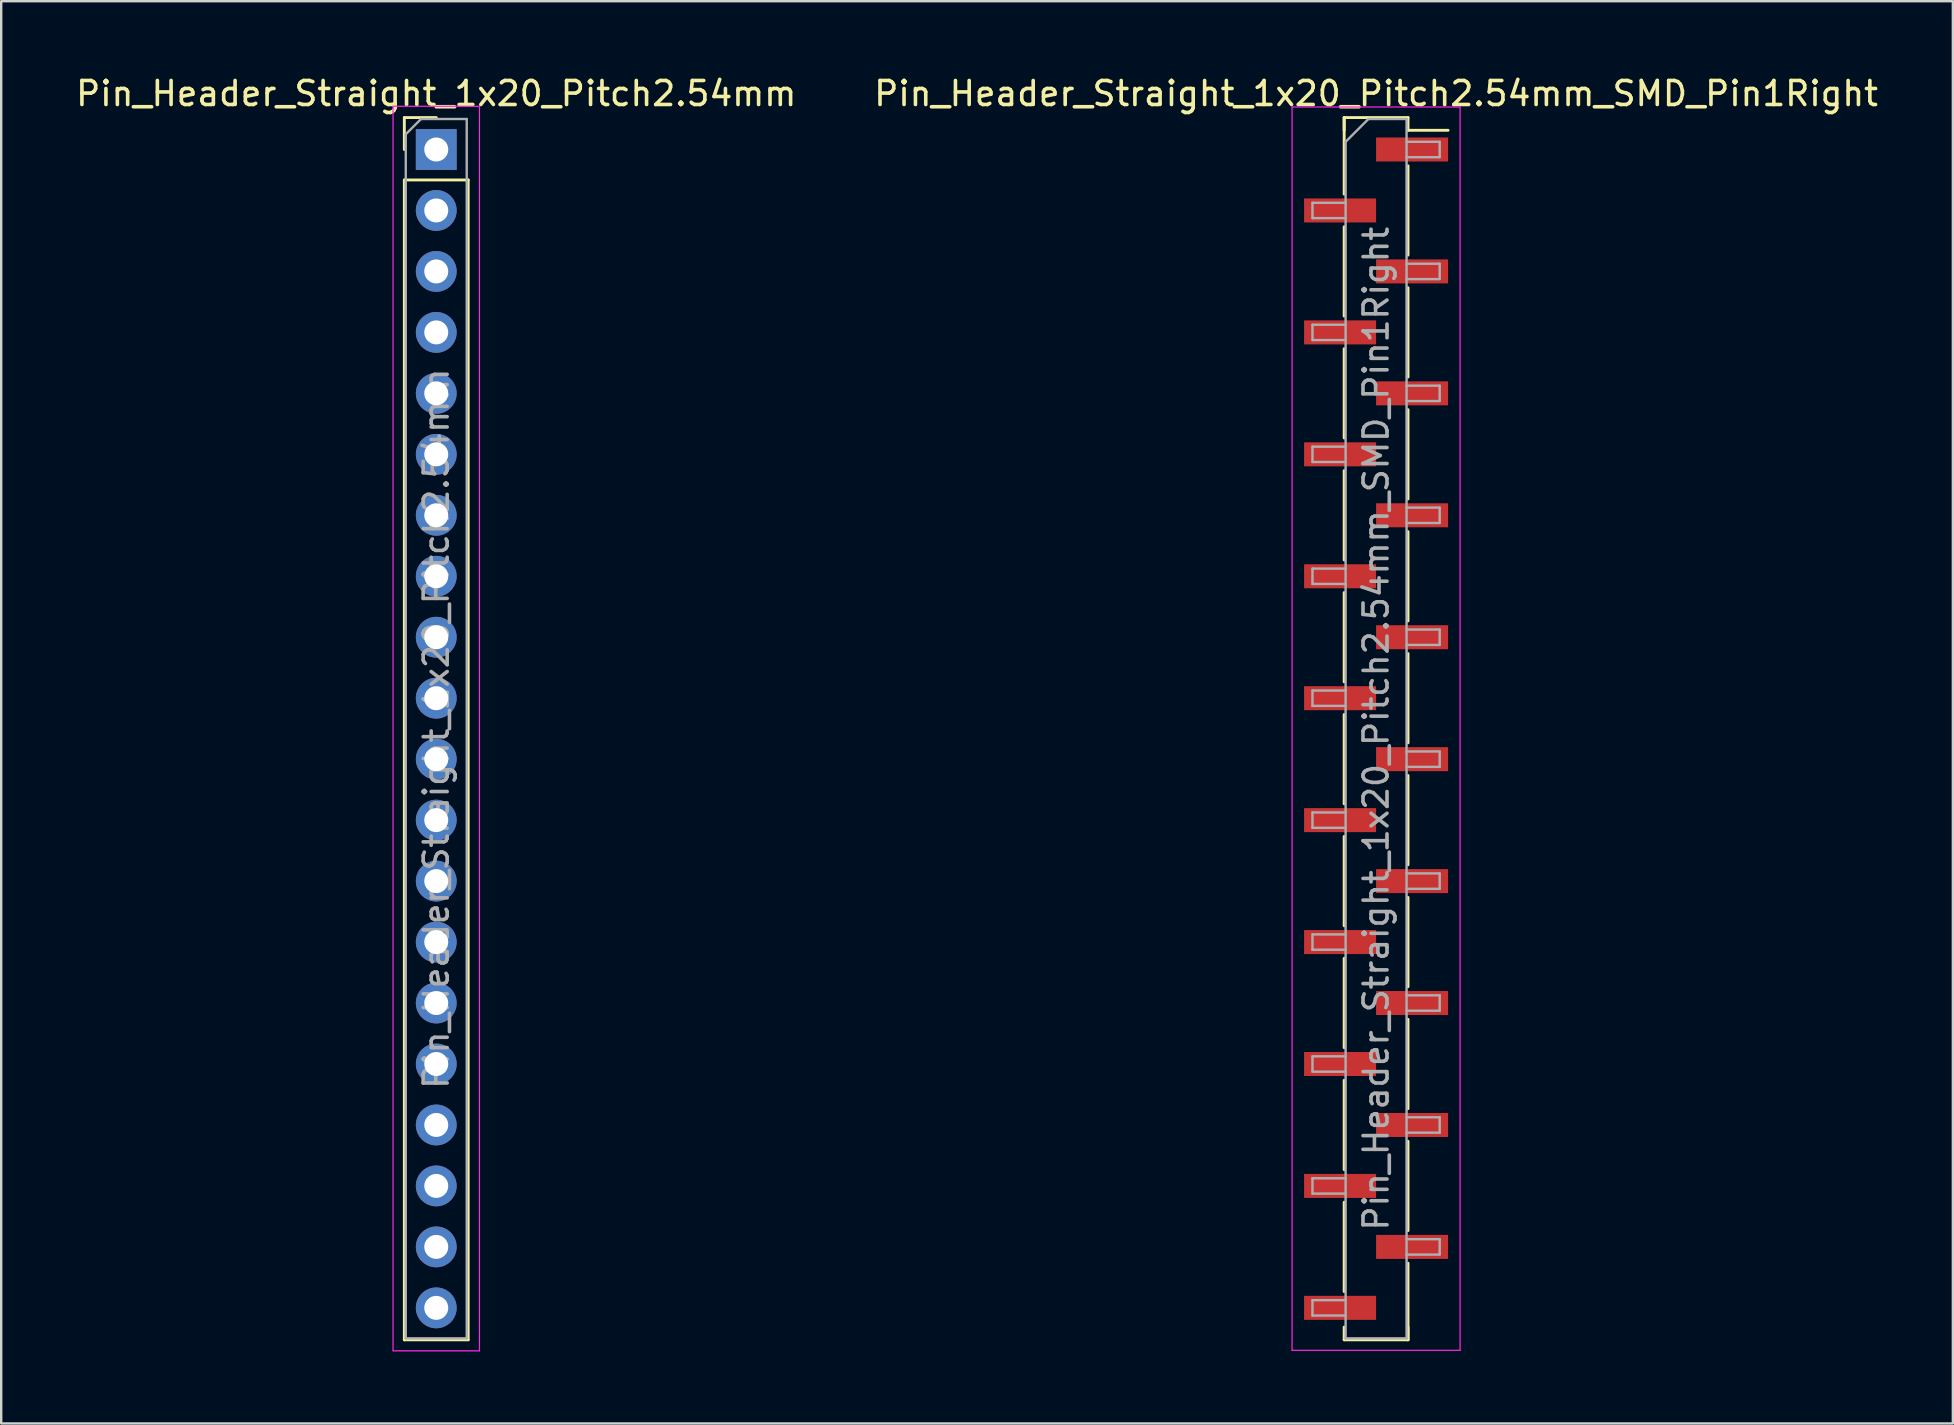
<source format=kicad_pcb>
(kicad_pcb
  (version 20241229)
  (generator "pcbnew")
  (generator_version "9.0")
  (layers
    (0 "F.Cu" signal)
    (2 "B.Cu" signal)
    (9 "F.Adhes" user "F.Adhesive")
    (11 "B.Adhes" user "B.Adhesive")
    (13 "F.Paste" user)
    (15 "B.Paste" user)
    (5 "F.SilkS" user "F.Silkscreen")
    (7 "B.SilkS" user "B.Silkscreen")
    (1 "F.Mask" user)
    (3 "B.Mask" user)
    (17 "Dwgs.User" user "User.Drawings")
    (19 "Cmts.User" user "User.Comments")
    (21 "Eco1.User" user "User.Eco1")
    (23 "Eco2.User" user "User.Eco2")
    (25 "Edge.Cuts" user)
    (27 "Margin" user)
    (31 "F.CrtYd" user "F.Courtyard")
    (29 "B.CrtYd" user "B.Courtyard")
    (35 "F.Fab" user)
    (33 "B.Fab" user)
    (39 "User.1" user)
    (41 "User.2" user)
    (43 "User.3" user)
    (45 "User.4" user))
  (footprint "Pin_Header_Straight_1x20_Pitch2.54mm_SMD_Pin1Right"
    (layer "F.Cu")
    (at 54.28 27.308)
    (property "Reference" "Pin_Header_Straight_1x20_Pitch2.54mm_SMD_Pin1Right" (at 0 -26.46 0) (layer "F.SilkS") (effects (font (size 1 1) (thickness 0.15))))
    (attr smd)
    (fp_line (start -1.33 -25.46) (end -1.33 -22.27) (stroke (width 0.12) (type solid)) (layer "F.SilkS"))
    (fp_line (start -1.33 -25.46) (end 1.33 -25.46) (stroke (width 0.12) (type solid)) (layer "F.SilkS"))
    (fp_line (start -1.33 -24.93) (end -1.33 -25.46) (stroke (width 0.12) (type solid)) (layer "F.SilkS"))
    (fp_line (start -1.33 -20.91) (end -1.33 -17.19) (stroke (width 0.12) (type solid)) (layer "F.SilkS"))
    (fp_line (start -1.33 -15.83) (end -1.33 -12.11) (stroke (width 0.12) (type solid)) (layer "F.SilkS"))
    (fp_line (start -1.33 -10.75) (end -1.33 -7.03) (stroke (width 0.12) (type solid)) (layer "F.SilkS"))
    (fp_line (start -1.33 -5.67) (end -1.33 -1.95) (stroke (width 0.12) (type solid)) (layer "F.SilkS"))
    (fp_line (start -1.33 -0.59) (end -1.33 3.13) (stroke (width 0.12) (type solid)) (layer "F.SilkS"))
    (fp_line (start -1.33 4.49) (end -1.33 8.21) (stroke (width 0.12) (type solid)) (layer "F.SilkS"))
    (fp_line (start -1.33 9.57) (end -1.33 13.29) (stroke (width 0.12) (type solid)) (layer "F.SilkS"))
    (fp_line (start -1.33 14.65) (end -1.33 18.37) (stroke (width 0.12) (type solid)) (layer "F.SilkS"))
    (fp_line (start -1.33 19.73) (end -1.33 23.45) (stroke (width 0.12) (type solid)) (layer "F.SilkS"))
    (fp_line (start -1.33 24.93) (end -1.33 25.46) (stroke (width 0.12) (type solid)) (layer "F.SilkS"))
    (fp_line (start -1.33 25.46) (end 1.33 25.46) (stroke (width 0.12) (type solid)) (layer "F.SilkS"))
    (fp_line (start 1.33 -25.46) (end 1.33 -24.93) (stroke (width 0.12) (type solid)) (layer "F.SilkS"))
    (fp_line (start 1.33 -24.93) (end 3 -24.93) (stroke (width 0.12) (type solid)) (layer "F.SilkS"))
    (fp_line (start 1.33 -23.45) (end 1.33 -19.73) (stroke (width 0.12) (type solid)) (layer "F.SilkS"))
    (fp_line (start 1.33 -18.37) (end 1.33 -14.65) (stroke (width 0.12) (type solid)) (layer "F.SilkS"))
    (fp_line (start 1.33 -13.29) (end 1.33 -9.57) (stroke (width 0.12) (type solid)) (layer "F.SilkS"))
    (fp_line (start 1.33 -8.21) (end 1.33 -4.49) (stroke (width 0.12) (type solid)) (layer "F.SilkS"))
    (fp_line (start 1.33 -3.13) (end 1.33 0.59) (stroke (width 0.12) (type solid)) (layer "F.SilkS"))
    (fp_line (start 1.33 1.95) (end 1.33 5.67) (stroke (width 0.12) (type solid)) (layer "F.SilkS"))
    (fp_line (start 1.33 7.03) (end 1.33 10.75) (stroke (width 0.12) (type solid)) (layer "F.SilkS"))
    (fp_line (start 1.33 12.11) (end 1.33 15.83) (stroke (width 0.12) (type solid)) (layer "F.SilkS"))
    (fp_line (start 1.33 17.19) (end 1.33 20.91) (stroke (width 0.12) (type solid)) (layer "F.SilkS"))
    (fp_line (start 1.33 22.27) (end 1.33 25.46) (stroke (width 0.12) (type solid)) (layer "F.SilkS"))
    (fp_line (start 1.33 25.46) (end 1.33 24.93) (stroke (width 0.12) (type solid)) (layer "F.SilkS"))
    (fp_line (start -3.5 -25.9) (end -3.5 25.9) (stroke (width 0.05) (type solid)) (layer "F.CrtYd"))
    (fp_line (start -3.5 25.9) (end 3.5 25.9) (stroke (width 0.05) (type solid)) (layer "F.CrtYd"))
    (fp_line (start 3.5 -25.9) (end -3.5 -25.9) (stroke (width 0.05) (type solid)) (layer "F.CrtYd"))
    (fp_line (start 3.5 25.9) (end 3.5 -25.9) (stroke (width 0.05) (type solid)) (layer "F.CrtYd"))
    (fp_line (start -2.65 -21.91) (end -2.65 -21.27) (stroke (width 0.1) (type solid)) (layer "F.Fab"))
    (fp_line (start -2.65 -21.27) (end -1.27 -21.27) (stroke (width 0.1) (type solid)) (layer "F.Fab"))
    (fp_line (start -2.65 -16.83) (end -2.65 -16.19) (stroke (width 0.1) (type solid)) (layer "F.Fab"))
    (fp_line (start -2.65 -16.19) (end -1.27 -16.19) (stroke (width 0.1) (type solid)) (layer "F.Fab"))
    (fp_line (start -2.65 -11.75) (end -2.65 -11.11) (stroke (width 0.1) (type solid)) (layer "F.Fab"))
    (fp_line (start -2.65 -11.11) (end -1.27 -11.11) (stroke (width 0.1) (type solid)) (layer "F.Fab"))
    (fp_line (start -2.65 -6.67) (end -2.65 -6.03) (stroke (width 0.1) (type solid)) (layer "F.Fab"))
    (fp_line (start -2.65 -6.03) (end -1.27 -6.03) (stroke (width 0.1) (type solid)) (layer "F.Fab"))
    (fp_line (start -2.65 -1.59) (end -2.65 -0.95) (stroke (width 0.1) (type solid)) (layer "F.Fab"))
    (fp_line (start -2.65 -0.95) (end -1.27 -0.95) (stroke (width 0.1) (type solid)) (layer "F.Fab"))
    (fp_line (start -2.65 3.49) (end -2.65 4.13) (stroke (width 0.1) (type solid)) (layer "F.Fab"))
    (fp_line (start -2.65 4.13) (end -1.27 4.13) (stroke (width 0.1) (type solid)) (layer "F.Fab"))
    (fp_line (start -2.65 8.57) (end -2.65 9.21) (stroke (width 0.1) (type solid)) (layer "F.Fab"))
    (fp_line (start -2.65 9.21) (end -1.27 9.21) (stroke (width 0.1) (type solid)) (layer "F.Fab"))
    (fp_line (start -2.65 13.65) (end -2.65 14.29) (stroke (width 0.1) (type solid)) (layer "F.Fab"))
    (fp_line (start -2.65 14.29) (end -1.27 14.29) (stroke (width 0.1) (type solid)) (layer "F.Fab"))
    (fp_line (start -2.65 18.73) (end -2.65 19.37) (stroke (width 0.1) (type solid)) (layer "F.Fab"))
    (fp_line (start -2.65 19.37) (end -1.27 19.37) (stroke (width 0.1) (type solid)) (layer "F.Fab"))
    (fp_line (start -2.65 23.81) (end -2.65 24.45) (stroke (width 0.1) (type solid)) (layer "F.Fab"))
    (fp_line (start -2.65 24.45) (end -1.27 24.45) (stroke (width 0.1) (type solid)) (layer "F.Fab"))
    (fp_line (start -1.27 -24.45) (end -0.32 -25.4) (stroke (width 0.1) (type solid)) (layer "F.Fab"))
    (fp_line (start -1.27 -21.91) (end -2.65 -21.91) (stroke (width 0.1) (type solid)) (layer "F.Fab"))
    (fp_line (start -1.27 -16.83) (end -2.65 -16.83) (stroke (width 0.1) (type solid)) (layer "F.Fab"))
    (fp_line (start -1.27 -11.75) (end -2.65 -11.75) (stroke (width 0.1) (type solid)) (layer "F.Fab"))
    (fp_line (start -1.27 -6.67) (end -2.65 -6.67) (stroke (width 0.1) (type solid)) (layer "F.Fab"))
    (fp_line (start -1.27 -1.59) (end -2.65 -1.59) (stroke (width 0.1) (type solid)) (layer "F.Fab"))
    (fp_line (start -1.27 3.49) (end -2.65 3.49) (stroke (width 0.1) (type solid)) (layer "F.Fab"))
    (fp_line (start -1.27 8.57) (end -2.65 8.57) (stroke (width 0.1) (type solid)) (layer "F.Fab"))
    (fp_line (start -1.27 13.65) (end -2.65 13.65) (stroke (width 0.1) (type solid)) (layer "F.Fab"))
    (fp_line (start -1.27 18.73) (end -2.65 18.73) (stroke (width 0.1) (type solid)) (layer "F.Fab"))
    (fp_line (start -1.27 23.81) (end -2.65 23.81) (stroke (width 0.1) (type solid)) (layer "F.Fab"))
    (fp_line (start -1.27 25.4) (end -1.27 -24.45) (stroke (width 0.1) (type solid)) (layer "F.Fab"))
    (fp_line (start -0.32 -25.4) (end 1.27 -25.4) (stroke (width 0.1) (type solid)) (layer "F.Fab"))
    (fp_line (start 1.27 -25.4) (end 1.27 25.4) (stroke (width 0.1) (type solid)) (layer "F.Fab"))
    (fp_line (start 1.27 -24.45) (end 2.65 -24.45) (stroke (width 0.1) (type solid)) (layer "F.Fab"))
    (fp_line (start 1.27 -19.37) (end 2.65 -19.37) (stroke (width 0.1) (type solid)) (layer "F.Fab"))
    (fp_line (start 1.27 -14.29) (end 2.65 -14.29) (stroke (width 0.1) (type solid)) (layer "F.Fab"))
    (fp_line (start 1.27 -9.21) (end 2.65 -9.21) (stroke (width 0.1) (type solid)) (layer "F.Fab"))
    (fp_line (start 1.27 -4.13) (end 2.65 -4.13) (stroke (width 0.1) (type solid)) (layer "F.Fab"))
    (fp_line (start 1.27 0.95) (end 2.65 0.95) (stroke (width 0.1) (type solid)) (layer "F.Fab"))
    (fp_line (start 1.27 6.03) (end 2.65 6.03) (stroke (width 0.1) (type solid)) (layer "F.Fab"))
    (fp_line (start 1.27 11.11) (end 2.65 11.11) (stroke (width 0.1) (type solid)) (layer "F.Fab"))
    (fp_line (start 1.27 16.19) (end 2.65 16.19) (stroke (width 0.1) (type solid)) (layer "F.Fab"))
    (fp_line (start 1.27 21.27) (end 2.65 21.27) (stroke (width 0.1) (type solid)) (layer "F.Fab"))
    (fp_line (start 1.27 25.4) (end -1.27 25.4) (stroke (width 0.1) (type solid)) (layer "F.Fab"))
    (fp_line (start 2.65 -24.45) (end 2.65 -23.81) (stroke (width 0.1) (type solid)) (layer "F.Fab"))
    (fp_line (start 2.65 -23.81) (end 1.27 -23.81) (stroke (width 0.1) (type solid)) (layer "F.Fab"))
    (fp_line (start 2.65 -19.37) (end 2.65 -18.73) (stroke (width 0.1) (type solid)) (layer "F.Fab"))
    (fp_line (start 2.65 -18.73) (end 1.27 -18.73) (stroke (width 0.1) (type solid)) (layer "F.Fab"))
    (fp_line (start 2.65 -14.29) (end 2.65 -13.65) (stroke (width 0.1) (type solid)) (layer "F.Fab"))
    (fp_line (start 2.65 -13.65) (end 1.27 -13.65) (stroke (width 0.1) (type solid)) (layer "F.Fab"))
    (fp_line (start 2.65 -9.21) (end 2.65 -8.57) (stroke (width 0.1) (type solid)) (layer "F.Fab"))
    (fp_line (start 2.65 -8.57) (end 1.27 -8.57) (stroke (width 0.1) (type solid)) (layer "F.Fab"))
    (fp_line (start 2.65 -4.13) (end 2.65 -3.49) (stroke (width 0.1) (type solid)) (layer "F.Fab"))
    (fp_line (start 2.65 -3.49) (end 1.27 -3.49) (stroke (width 0.1) (type solid)) (layer "F.Fab"))
    (fp_line (start 2.65 0.95) (end 2.65 1.59) (stroke (width 0.1) (type solid)) (layer "F.Fab"))
    (fp_line (start 2.65 1.59) (end 1.27 1.59) (stroke (width 0.1) (type solid)) (layer "F.Fab"))
    (fp_line (start 2.65 6.03) (end 2.65 6.67) (stroke (width 0.1) (type solid)) (layer "F.Fab"))
    (fp_line (start 2.65 6.67) (end 1.27 6.67) (stroke (width 0.1) (type solid)) (layer "F.Fab"))
    (fp_line (start 2.65 11.11) (end 2.65 11.75) (stroke (width 0.1) (type solid)) (layer "F.Fab"))
    (fp_line (start 2.65 11.75) (end 1.27 11.75) (stroke (width 0.1) (type solid)) (layer "F.Fab"))
    (fp_line (start 2.65 16.19) (end 2.65 16.83) (stroke (width 0.1) (type solid)) (layer "F.Fab"))
    (fp_line (start 2.65 16.83) (end 1.27 16.83) (stroke (width 0.1) (type solid)) (layer "F.Fab"))
    (fp_line (start 2.65 21.27) (end 2.65 21.91) (stroke (width 0.1) (type solid)) (layer "F.Fab"))
    (fp_line (start 2.65 21.91) (end 1.27 21.91) (stroke (width 0.1) (type solid)) (layer "F.Fab"))
    (fp_text user "${REFERENCE}" (at 0 0 90) (layer "F.Fab") (effects (font (size 1 1) (thickness 0.15))))
    (pad "1" smd rect (at 1.5 -24.13) (size 3 1) (layers "F.Cu" "F.Mask" "F.Paste"))
    (pad "2" smd rect (at -1.5 -21.59) (size 3 1) (layers "F.Cu" "F.Mask" "F.Paste"))
    (pad "3" smd rect (at 1.5 -19.05) (size 3 1) (layers "F.Cu" "F.Mask" "F.Paste"))
    (pad "4" smd rect (at -1.5 -16.51) (size 3 1) (layers "F.Cu" "F.Mask" "F.Paste"))
    (pad "5" smd rect (at 1.5 -13.97) (size 3 1) (layers "F.Cu" "F.Mask" "F.Paste"))
    (pad "6" smd rect (at -1.5 -11.43) (size 3 1) (layers "F.Cu" "F.Mask" "F.Paste"))
    (pad "7" smd rect (at 1.5 -8.89) (size 3 1) (layers "F.Cu" "F.Mask" "F.Paste"))
    (pad "8" smd rect (at -1.5 -6.35) (size 3 1) (layers "F.Cu" "F.Mask" "F.Paste"))
    (pad "9" smd rect (at 1.5 -3.81) (size 3 1) (layers "F.Cu" "F.Mask" "F.Paste"))
    (pad "10" smd rect (at -1.5 -1.27) (size 3 1) (layers "F.Cu" "F.Mask" "F.Paste"))
    (pad "11" smd rect (at 1.5 1.27) (size 3 1) (layers "F.Cu" "F.Mask" "F.Paste"))
    (pad "12" smd rect (at -1.5 3.81) (size 3 1) (layers "F.Cu" "F.Mask" "F.Paste"))
    (pad "13" smd rect (at 1.5 6.35) (size 3 1) (layers "F.Cu" "F.Mask" "F.Paste"))
    (pad "14" smd rect (at -1.5 8.89) (size 3 1) (layers "F.Cu" "F.Mask" "F.Paste"))
    (pad "15" smd rect (at 1.5 11.43) (size 3 1) (layers "F.Cu" "F.Mask" "F.Paste"))
    (pad "16" smd rect (at -1.5 13.97) (size 3 1) (layers "F.Cu" "F.Mask" "F.Paste"))
    (pad "17" smd rect (at 1.5 16.51) (size 3 1) (layers "F.Cu" "F.Mask" "F.Paste"))
    (pad "18" smd rect (at -1.5 19.05) (size 3 1) (layers "F.Cu" "F.Mask" "F.Paste"))
    (pad "19" smd rect (at 1.5 21.59) (size 3 1) (layers "F.Cu" "F.Mask" "F.Paste"))
    (pad "20" smd rect (at -1.5 24.13) (size 3 1) (layers "F.Cu" "F.Mask" "F.Paste")))
  (footprint "Pin_Header_Straight_1x20_Pitch2.54mm"
    (layer "F.Cu")
    (at 15.125 3.178)
    (property "Reference" "Pin_Header_Straight_1x20_Pitch2.54mm" (at 0 -2.33 0) (layer "F.SilkS") (effects (font (size 1 1) (thickness 0.15))))
    (attr through_hole)
    (fp_line (start -1.33 -1.33) (end 0 -1.33) (stroke (width 0.12) (type solid)) (layer "F.SilkS"))
    (fp_line (start -1.33 0) (end -1.33 -1.33) (stroke (width 0.12) (type solid)) (layer "F.SilkS"))
    (fp_line (start -1.33 1.27) (end -1.33 49.59) (stroke (width 0.12) (type solid)) (layer "F.SilkS"))
    (fp_line (start -1.33 49.59) (end 1.33 49.59) (stroke (width 0.12) (type solid)) (layer "F.SilkS"))
    (fp_line (start 1.33 1.27) (end -1.33 1.27) (stroke (width 0.12) (type solid)) (layer "F.SilkS"))
    (fp_line (start 1.33 49.59) (end 1.33 1.27) (stroke (width 0.12) (type solid)) (layer "F.SilkS"))
    (fp_line (start -1.8 -1.8) (end -1.8 50.05) (stroke (width 0.05) (type solid)) (layer "F.CrtYd"))
    (fp_line (start -1.8 50.05) (end 1.8 50.05) (stroke (width 0.05) (type solid)) (layer "F.CrtYd"))
    (fp_line (start 1.8 -1.8) (end -1.8 -1.8) (stroke (width 0.05) (type solid)) (layer "F.CrtYd"))
    (fp_line (start 1.8 50.05) (end 1.8 -1.8) (stroke (width 0.05) (type solid)) (layer "F.CrtYd"))
    (fp_line (start -1.27 -0.635) (end -0.635 -1.27) (stroke (width 0.1) (type solid)) (layer "F.Fab"))
    (fp_line (start -1.27 49.53) (end -1.27 -0.635) (stroke (width 0.1) (type solid)) (layer "F.Fab"))
    (fp_line (start -0.635 -1.27) (end 1.27 -1.27) (stroke (width 0.1) (type solid)) (layer "F.Fab"))
    (fp_line (start 1.27 -1.27) (end 1.27 49.53) (stroke (width 0.1) (type solid)) (layer "F.Fab"))
    (fp_line (start 1.27 49.53) (end -1.27 49.53) (stroke (width 0.1) (type solid)) (layer "F.Fab"))
    (fp_text user "${REFERENCE}" (at 0 24.13 90) (layer "F.Fab") (effects (font (size 1 1) (thickness 0.15))))
    (pad "1" thru_hole rect (at 0 0) (size 1.7 1.7) (drill 1) (layers "*.Cu" "*.Mask"))
    (pad "2" thru_hole oval (at 0 2.54) (size 1.7 1.7) (drill 1) (layers "*.Cu" "*.Mask"))
    (pad "3" thru_hole oval (at 0 5.08) (size 1.7 1.7) (drill 1) (layers "*.Cu" "*.Mask"))
    (pad "4" thru_hole oval (at 0 7.62) (size 1.7 1.7) (drill 1) (layers "*.Cu" "*.Mask"))
    (pad "5" thru_hole oval (at 0 10.16) (size 1.7 1.7) (drill 1) (layers "*.Cu" "*.Mask"))
    (pad "6" thru_hole oval (at 0 12.7) (size 1.7 1.7) (drill 1) (layers "*.Cu" "*.Mask"))
    (pad "7" thru_hole oval (at 0 15.24) (size 1.7 1.7) (drill 1) (layers "*.Cu" "*.Mask"))
    (pad "8" thru_hole oval (at 0 17.78) (size 1.7 1.7) (drill 1) (layers "*.Cu" "*.Mask"))
    (pad "9" thru_hole oval (at 0 20.32) (size 1.7 1.7) (drill 1) (layers "*.Cu" "*.Mask"))
    (pad "10" thru_hole oval (at 0 22.86) (size 1.7 1.7) (drill 1) (layers "*.Cu" "*.Mask"))
    (pad "11" thru_hole oval (at 0 25.4) (size 1.7 1.7) (drill 1) (layers "*.Cu" "*.Mask"))
    (pad "12" thru_hole oval (at 0 27.94) (size 1.7 1.7) (drill 1) (layers "*.Cu" "*.Mask"))
    (pad "13" thru_hole oval (at 0 30.48) (size 1.7 1.7) (drill 1) (layers "*.Cu" "*.Mask"))
    (pad "14" thru_hole oval (at 0 33.02) (size 1.7 1.7) (drill 1) (layers "*.Cu" "*.Mask"))
    (pad "15" thru_hole oval (at 0 35.56) (size 1.7 1.7) (drill 1) (layers "*.Cu" "*.Mask"))
    (pad "16" thru_hole oval (at 0 38.1) (size 1.7 1.7) (drill 1) (layers "*.Cu" "*.Mask"))
    (pad "17" thru_hole oval (at 0 40.64) (size 1.7 1.7) (drill 1) (layers "*.Cu" "*.Mask"))
    (pad "18" thru_hole oval (at 0 43.18) (size 1.7 1.7) (drill 1) (layers "*.Cu" "*.Mask"))
    (pad "19" thru_hole oval (at 0 45.72) (size 1.7 1.7) (drill 1) (layers "*.Cu" "*.Mask"))
    (pad "20" thru_hole oval (at 0 48.26) (size 1.7 1.7) (drill 1) (layers "*.Cu" "*.Mask")))
  (gr_rect
    (start -3 -3)
    (end 78.31 56.253)
    (stroke (width 0.1) (type default))
    (fill no)
    (layer "Edge.Cuts")))
</source>
